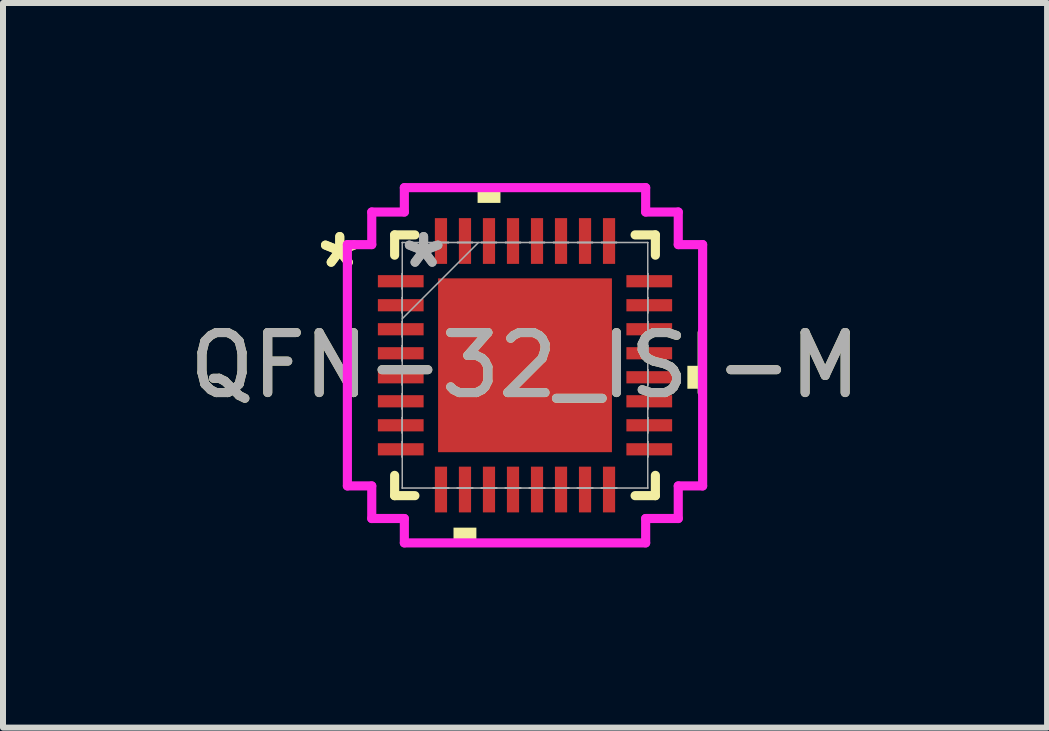
<source format=kicad_pcb>
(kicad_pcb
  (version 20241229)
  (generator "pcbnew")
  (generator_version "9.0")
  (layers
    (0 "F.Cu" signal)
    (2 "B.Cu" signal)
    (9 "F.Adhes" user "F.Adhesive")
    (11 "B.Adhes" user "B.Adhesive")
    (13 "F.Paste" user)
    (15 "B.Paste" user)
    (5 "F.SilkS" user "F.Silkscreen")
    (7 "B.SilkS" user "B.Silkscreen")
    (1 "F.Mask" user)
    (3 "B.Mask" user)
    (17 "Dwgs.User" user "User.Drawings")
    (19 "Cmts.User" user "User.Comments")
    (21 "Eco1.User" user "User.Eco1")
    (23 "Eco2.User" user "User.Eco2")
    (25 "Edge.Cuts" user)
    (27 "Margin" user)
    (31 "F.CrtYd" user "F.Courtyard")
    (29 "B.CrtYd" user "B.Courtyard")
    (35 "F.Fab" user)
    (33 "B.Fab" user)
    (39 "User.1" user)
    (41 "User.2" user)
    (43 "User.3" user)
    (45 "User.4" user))
  (footprint "QFN-32_ISI-M"
    (layer "F.Cu")
    (at 5.696 3.035)
    (property "Reference" "QFN-32_ISI-M" (at 0 0 0) (unlocked yes) (layer "F.SilkS") (effects (font (size 1 1) (thickness 0.15))))
    (attr smd)
    (fp_line (start -2.172 -2.172) (end -2.172 -1.834) (stroke (width 0.152) (type solid)) (layer "F.SilkS"))
    (fp_line (start -2.172 1.834) (end -2.172 2.172) (stroke (width 0.152) (type solid)) (layer "F.SilkS"))
    (fp_line (start -2.172 2.172) (end -1.834 2.172) (stroke (width 0.152) (type solid)) (layer "F.SilkS"))
    (fp_line (start -1.834 -2.172) (end -2.172 -2.172) (stroke (width 0.152) (type solid)) (layer "F.SilkS"))
    (fp_line (start 1.834 2.172) (end 2.172 2.172) (stroke (width 0.152) (type solid)) (layer "F.SilkS"))
    (fp_line (start 2.172 -2.172) (end 1.834 -2.172) (stroke (width 0.152) (type solid)) (layer "F.SilkS"))
    (fp_line (start 2.172 -1.834) (end 2.172 -2.172) (stroke (width 0.152) (type solid)) (layer "F.SilkS"))
    (fp_line (start 2.172 2.172) (end 2.172 1.834) (stroke (width 0.152) (type solid)) (layer "F.SilkS"))
    (fp_poly (pts (xy -1.191 2.705) (xy -1.191 2.959) (xy -0.81 2.959) (xy -0.81 2.705)) (stroke (width 0) (type solid)) (fill yes) (layer "F.SilkS"))
    (fp_poly (pts (xy -0.79 -2.705) (xy -0.79 -2.959) (xy -0.409 -2.959) (xy -0.409 -2.705)) (stroke (width 0) (type solid)) (fill yes) (layer "F.SilkS"))
    (fp_poly (pts (xy 2.959 0.009) (xy 2.959 0.391) (xy 2.705 0.391) (xy 2.705 0.009)) (stroke (width 0) (type solid)) (fill yes) (layer "F.SilkS"))
    (fp_poly (pts (xy -1.348 -1.348) (xy -1.348 -0.1) (xy -0.1 -0.1) (xy -0.1 -1.348)) (stroke (width 0) (type solid)) (fill yes) (layer "F.Paste"))
    (fp_poly (pts (xy -1.348 0.1) (xy -1.348 1.348) (xy -0.1 1.348) (xy -0.1 0.1)) (stroke (width 0) (type solid)) (fill yes) (layer "F.Paste"))
    (fp_poly (pts (xy 0.1 -1.348) (xy 0.1 -0.1) (xy 1.348 -0.1) (xy 1.348 -1.348)) (stroke (width 0) (type solid)) (fill yes) (layer "F.Paste"))
    (fp_poly (pts (xy 0.1 0.1) (xy 0.1 1.348) (xy 1.348 1.348) (xy 1.348 0.1)) (stroke (width 0) (type solid)) (fill yes) (layer "F.Paste"))
    (fp_line (start -2.959 -2.01) (end -2.553 -2.01) (stroke (width 0.152) (type solid)) (layer "F.CrtYd"))
    (fp_line (start -2.959 2.01) (end -2.959 -2.01) (stroke (width 0.152) (type solid)) (layer "F.CrtYd"))
    (fp_line (start -2.553 -2.553) (end -2.01 -2.553) (stroke (width 0.152) (type solid)) (layer "F.CrtYd"))
    (fp_line (start -2.553 -2.01) (end -2.553 -2.553) (stroke (width 0.152) (type solid)) (layer "F.CrtYd"))
    (fp_line (start -2.553 2.01) (end -2.959 2.01) (stroke (width 0.152) (type solid)) (layer "F.CrtYd"))
    (fp_line (start -2.553 2.553) (end -2.553 2.01) (stroke (width 0.152) (type solid)) (layer "F.CrtYd"))
    (fp_line (start -2.01 -2.959) (end 2.01 -2.959) (stroke (width 0.152) (type solid)) (layer "F.CrtYd"))
    (fp_line (start -2.01 -2.553) (end -2.01 -2.959) (stroke (width 0.152) (type solid)) (layer "F.CrtYd"))
    (fp_line (start -2.01 2.553) (end -2.553 2.553) (stroke (width 0.152) (type solid)) (layer "F.CrtYd"))
    (fp_line (start -2.01 2.959) (end -2.01 2.553) (stroke (width 0.152) (type solid)) (layer "F.CrtYd"))
    (fp_line (start 2.01 -2.959) (end 2.01 -2.553) (stroke (width 0.152) (type solid)) (layer "F.CrtYd"))
    (fp_line (start 2.01 -2.553) (end 2.553 -2.553) (stroke (width 0.152) (type solid)) (layer "F.CrtYd"))
    (fp_line (start 2.01 2.553) (end 2.01 2.959) (stroke (width 0.152) (type solid)) (layer "F.CrtYd"))
    (fp_line (start 2.01 2.959) (end -2.01 2.959) (stroke (width 0.152) (type solid)) (layer "F.CrtYd"))
    (fp_line (start 2.553 -2.553) (end 2.553 -2.01) (stroke (width 0.152) (type solid)) (layer "F.CrtYd"))
    (fp_line (start 2.553 -2.01) (end 2.959 -2.01) (stroke (width 0.152) (type solid)) (layer "F.CrtYd"))
    (fp_line (start 2.553 2.01) (end 2.553 2.553) (stroke (width 0.152) (type solid)) (layer "F.CrtYd"))
    (fp_line (start 2.553 2.553) (end 2.01 2.553) (stroke (width 0.152) (type solid)) (layer "F.CrtYd"))
    (fp_line (start 2.959 -2.01) (end 2.959 2.01) (stroke (width 0.152) (type solid)) (layer "F.CrtYd"))
    (fp_line (start 2.959 2.01) (end 2.553 2.01) (stroke (width 0.152) (type solid)) (layer "F.CrtYd"))
    (fp_line (start -2.045 -2.045) (end -2.045 -2.045) (stroke (width 0.025) (type solid)) (layer "F.Fab"))
    (fp_line (start -2.045 -2.045) (end -2.045 2.045) (stroke (width 0.025) (type solid)) (layer "F.Fab"))
    (fp_line (start -2.045 -1.527) (end -2.045 -1.527) (stroke (width 0.025) (type solid)) (layer "F.Fab"))
    (fp_line (start -2.045 -1.527) (end -2.045 -1.273) (stroke (width 0.025) (type solid)) (layer "F.Fab"))
    (fp_line (start -2.045 -1.273) (end -2.045 -1.527) (stroke (width 0.025) (type solid)) (layer "F.Fab"))
    (fp_line (start -2.045 -1.273) (end -2.045 -1.273) (stroke (width 0.025) (type solid)) (layer "F.Fab"))
    (fp_line (start -2.045 -1.127) (end -2.045 -1.127) (stroke (width 0.025) (type solid)) (layer "F.Fab"))
    (fp_line (start -2.045 -1.127) (end -2.045 -0.873) (stroke (width 0.025) (type solid)) (layer "F.Fab"))
    (fp_line (start -2.045 -0.873) (end -2.045 -1.127) (stroke (width 0.025) (type solid)) (layer "F.Fab"))
    (fp_line (start -2.045 -0.873) (end -2.045 -0.873) (stroke (width 0.025) (type solid)) (layer "F.Fab"))
    (fp_line (start -2.045 -0.775) (end -0.775 -2.045) (stroke (width 0.025) (type solid)) (layer "F.Fab"))
    (fp_line (start -2.045 -0.727) (end -2.045 -0.727) (stroke (width 0.025) (type solid)) (layer "F.Fab"))
    (fp_line (start -2.045 -0.727) (end -2.045 -0.473) (stroke (width 0.025) (type solid)) (layer "F.Fab"))
    (fp_line (start -2.045 -0.473) (end -2.045 -0.727) (stroke (width 0.025) (type solid)) (layer "F.Fab"))
    (fp_line (start -2.045 -0.473) (end -2.045 -0.473) (stroke (width 0.025) (type solid)) (layer "F.Fab"))
    (fp_line (start -2.045 -0.327) (end -2.045 -0.327) (stroke (width 0.025) (type solid)) (layer "F.Fab"))
    (fp_line (start -2.045 -0.327) (end -2.045 -0.073) (stroke (width 0.025) (type solid)) (layer "F.Fab"))
    (fp_line (start -2.045 -0.073) (end -2.045 -0.327) (stroke (width 0.025) (type solid)) (layer "F.Fab"))
    (fp_line (start -2.045 -0.073) (end -2.045 -0.073) (stroke (width 0.025) (type solid)) (layer "F.Fab"))
    (fp_line (start -2.045 0.073) (end -2.045 0.073) (stroke (width 0.025) (type solid)) (layer "F.Fab"))
    (fp_line (start -2.045 0.073) (end -2.045 0.327) (stroke (width 0.025) (type solid)) (layer "F.Fab"))
    (fp_line (start -2.045 0.327) (end -2.045 0.073) (stroke (width 0.025) (type solid)) (layer "F.Fab"))
    (fp_line (start -2.045 0.327) (end -2.045 0.327) (stroke (width 0.025) (type solid)) (layer "F.Fab"))
    (fp_line (start -2.045 0.473) (end -2.045 0.473) (stroke (width 0.025) (type solid)) (layer "F.Fab"))
    (fp_line (start -2.045 0.473) (end -2.045 0.727) (stroke (width 0.025) (type solid)) (layer "F.Fab"))
    (fp_line (start -2.045 0.727) (end -2.045 0.473) (stroke (width 0.025) (type solid)) (layer "F.Fab"))
    (fp_line (start -2.045 0.727) (end -2.045 0.727) (stroke (width 0.025) (type solid)) (layer "F.Fab"))
    (fp_line (start -2.045 0.873) (end -2.045 0.873) (stroke (width 0.025) (type solid)) (layer "F.Fab"))
    (fp_line (start -2.045 0.873) (end -2.045 1.127) (stroke (width 0.025) (type solid)) (layer "F.Fab"))
    (fp_line (start -2.045 1.127) (end -2.045 0.873) (stroke (width 0.025) (type solid)) (layer "F.Fab"))
    (fp_line (start -2.045 1.127) (end -2.045 1.127) (stroke (width 0.025) (type solid)) (layer "F.Fab"))
    (fp_line (start -2.045 1.273) (end -2.045 1.273) (stroke (width 0.025) (type solid)) (layer "F.Fab"))
    (fp_line (start -2.045 1.273) (end -2.045 1.527) (stroke (width 0.025) (type solid)) (layer "F.Fab"))
    (fp_line (start -2.045 1.527) (end -2.045 1.273) (stroke (width 0.025) (type solid)) (layer "F.Fab"))
    (fp_line (start -2.045 1.527) (end -2.045 1.527) (stroke (width 0.025) (type solid)) (layer "F.Fab"))
    (fp_line (start -2.045 2.045) (end -2.045 2.045) (stroke (width 0.025) (type solid)) (layer "F.Fab"))
    (fp_line (start -2.045 2.045) (end 2.045 2.045) (stroke (width 0.025) (type solid)) (layer "F.Fab"))
    (fp_line (start -1.527 -2.045) (end -1.527 -2.045) (stroke (width 0.025) (type solid)) (layer "F.Fab"))
    (fp_line (start -1.527 -2.045) (end -1.273 -2.045) (stroke (width 0.025) (type solid)) (layer "F.Fab"))
    (fp_line (start -1.527 2.045) (end -1.527 2.045) (stroke (width 0.025) (type solid)) (layer "F.Fab"))
    (fp_line (start -1.527 2.045) (end -1.273 2.045) (stroke (width 0.025) (type solid)) (layer "F.Fab"))
    (fp_line (start -1.273 -2.045) (end -1.527 -2.045) (stroke (width 0.025) (type solid)) (layer "F.Fab"))
    (fp_line (start -1.273 -2.045) (end -1.273 -2.045) (stroke (width 0.025) (type solid)) (layer "F.Fab"))
    (fp_line (start -1.273 2.045) (end -1.527 2.045) (stroke (width 0.025) (type solid)) (layer "F.Fab"))
    (fp_line (start -1.273 2.045) (end -1.273 2.045) (stroke (width 0.025) (type solid)) (layer "F.Fab"))
    (fp_line (start -1.127 -2.045) (end -1.127 -2.045) (stroke (width 0.025) (type solid)) (layer "F.Fab"))
    (fp_line (start -1.127 -2.045) (end -0.873 -2.045) (stroke (width 0.025) (type solid)) (layer "F.Fab"))
    (fp_line (start -1.127 2.045) (end -1.127 2.045) (stroke (width 0.025) (type solid)) (layer "F.Fab"))
    (fp_line (start -1.127 2.045) (end -0.873 2.045) (stroke (width 0.025) (type solid)) (layer "F.Fab"))
    (fp_line (start -0.873 -2.045) (end -1.127 -2.045) (stroke (width 0.025) (type solid)) (layer "F.Fab"))
    (fp_line (start -0.873 -2.045) (end -0.873 -2.045) (stroke (width 0.025) (type solid)) (layer "F.Fab"))
    (fp_line (start -0.873 2.045) (end -1.127 2.045) (stroke (width 0.025) (type solid)) (layer "F.Fab"))
    (fp_line (start -0.873 2.045) (end -0.873 2.045) (stroke (width 0.025) (type solid)) (layer "F.Fab"))
    (fp_line (start -0.727 -2.045) (end -0.727 -2.045) (stroke (width 0.025) (type solid)) (layer "F.Fab"))
    (fp_line (start -0.727 -2.045) (end -0.473 -2.045) (stroke (width 0.025) (type solid)) (layer "F.Fab"))
    (fp_line (start -0.727 2.045) (end -0.727 2.045) (stroke (width 0.025) (type solid)) (layer "F.Fab"))
    (fp_line (start -0.727 2.045) (end -0.473 2.045) (stroke (width 0.025) (type solid)) (layer "F.Fab"))
    (fp_line (start -0.473 -2.045) (end -0.727 -2.045) (stroke (width 0.025) (type solid)) (layer "F.Fab"))
    (fp_line (start -0.473 -2.045) (end -0.473 -2.045) (stroke (width 0.025) (type solid)) (layer "F.Fab"))
    (fp_line (start -0.473 2.045) (end -0.727 2.045) (stroke (width 0.025) (type solid)) (layer "F.Fab"))
    (fp_line (start -0.473 2.045) (end -0.473 2.045) (stroke (width 0.025) (type solid)) (layer "F.Fab"))
    (fp_line (start -0.327 -2.045) (end -0.327 -2.045) (stroke (width 0.025) (type solid)) (layer "F.Fab"))
    (fp_line (start -0.327 -2.045) (end -0.073 -2.045) (stroke (width 0.025) (type solid)) (layer "F.Fab"))
    (fp_line (start -0.327 2.045) (end -0.327 2.045) (stroke (width 0.025) (type solid)) (layer "F.Fab"))
    (fp_line (start -0.327 2.045) (end -0.073 2.045) (stroke (width 0.025) (type solid)) (layer "F.Fab"))
    (fp_line (start -0.073 -2.045) (end -0.327 -2.045) (stroke (width 0.025) (type solid)) (layer "F.Fab"))
    (fp_line (start -0.073 -2.045) (end -0.073 -2.045) (stroke (width 0.025) (type solid)) (layer "F.Fab"))
    (fp_line (start -0.073 2.045) (end -0.327 2.045) (stroke (width 0.025) (type solid)) (layer "F.Fab"))
    (fp_line (start -0.073 2.045) (end -0.073 2.045) (stroke (width 0.025) (type solid)) (layer "F.Fab"))
    (fp_line (start 0.073 -2.045) (end 0.073 -2.045) (stroke (width 0.025) (type solid)) (layer "F.Fab"))
    (fp_line (start 0.073 -2.045) (end 0.327 -2.045) (stroke (width 0.025) (type solid)) (layer "F.Fab"))
    (fp_line (start 0.073 2.045) (end 0.073 2.045) (stroke (width 0.025) (type solid)) (layer "F.Fab"))
    (fp_line (start 0.073 2.045) (end 0.327 2.045) (stroke (width 0.025) (type solid)) (layer "F.Fab"))
    (fp_line (start 0.327 -2.045) (end 0.073 -2.045) (stroke (width 0.025) (type solid)) (layer "F.Fab"))
    (fp_line (start 0.327 -2.045) (end 0.327 -2.045) (stroke (width 0.025) (type solid)) (layer "F.Fab"))
    (fp_line (start 0.327 2.045) (end 0.073 2.045) (stroke (width 0.025) (type solid)) (layer "F.Fab"))
    (fp_line (start 0.327 2.045) (end 0.327 2.045) (stroke (width 0.025) (type solid)) (layer "F.Fab"))
    (fp_line (start 0.473 -2.045) (end 0.473 -2.045) (stroke (width 0.025) (type solid)) (layer "F.Fab"))
    (fp_line (start 0.473 -2.045) (end 0.727 -2.045) (stroke (width 0.025) (type solid)) (layer "F.Fab"))
    (fp_line (start 0.473 2.045) (end 0.473 2.045) (stroke (width 0.025) (type solid)) (layer "F.Fab"))
    (fp_line (start 0.473 2.045) (end 0.727 2.045) (stroke (width 0.025) (type solid)) (layer "F.Fab"))
    (fp_line (start 0.727 -2.045) (end 0.473 -2.045) (stroke (width 0.025) (type solid)) (layer "F.Fab"))
    (fp_line (start 0.727 -2.045) (end 0.727 -2.045) (stroke (width 0.025) (type solid)) (layer "F.Fab"))
    (fp_line (start 0.727 2.045) (end 0.473 2.045) (stroke (width 0.025) (type solid)) (layer "F.Fab"))
    (fp_line (start 0.727 2.045) (end 0.727 2.045) (stroke (width 0.025) (type solid)) (layer "F.Fab"))
    (fp_line (start 0.873 -2.045) (end 0.873 -2.045) (stroke (width 0.025) (type solid)) (layer "F.Fab"))
    (fp_line (start 0.873 -2.045) (end 1.127 -2.045) (stroke (width 0.025) (type solid)) (layer "F.Fab"))
    (fp_line (start 0.873 2.045) (end 0.873 2.045) (stroke (width 0.025) (type solid)) (layer "F.Fab"))
    (fp_line (start 0.873 2.045) (end 1.127 2.045) (stroke (width 0.025) (type solid)) (layer "F.Fab"))
    (fp_line (start 1.127 -2.045) (end 0.873 -2.045) (stroke (width 0.025) (type solid)) (layer "F.Fab"))
    (fp_line (start 1.127 -2.045) (end 1.127 -2.045) (stroke (width 0.025) (type solid)) (layer "F.Fab"))
    (fp_line (start 1.127 2.045) (end 0.873 2.045) (stroke (width 0.025) (type solid)) (layer "F.Fab"))
    (fp_line (start 1.127 2.045) (end 1.127 2.045) (stroke (width 0.025) (type solid)) (layer "F.Fab"))
    (fp_line (start 1.273 -2.045) (end 1.273 -2.045) (stroke (width 0.025) (type solid)) (layer "F.Fab"))
    (fp_line (start 1.273 -2.045) (end 1.527 -2.045) (stroke (width 0.025) (type solid)) (layer "F.Fab"))
    (fp_line (start 1.273 2.045) (end 1.273 2.045) (stroke (width 0.025) (type solid)) (layer "F.Fab"))
    (fp_line (start 1.273 2.045) (end 1.527 2.045) (stroke (width 0.025) (type solid)) (layer "F.Fab"))
    (fp_line (start 1.527 -2.045) (end 1.273 -2.045) (stroke (width 0.025) (type solid)) (layer "F.Fab"))
    (fp_line (start 1.527 -2.045) (end 1.527 -2.045) (stroke (width 0.025) (type solid)) (layer "F.Fab"))
    (fp_line (start 1.527 2.045) (end 1.273 2.045) (stroke (width 0.025) (type solid)) (layer "F.Fab"))
    (fp_line (start 1.527 2.045) (end 1.527 2.045) (stroke (width 0.025) (type solid)) (layer "F.Fab"))
    (fp_line (start 2.045 -2.045) (end -2.045 -2.045) (stroke (width 0.025) (type solid)) (layer "F.Fab"))
    (fp_line (start 2.045 -2.045) (end 2.045 -2.045) (stroke (width 0.025) (type solid)) (layer "F.Fab"))
    (fp_line (start 2.045 -1.527) (end 2.045 -1.527) (stroke (width 0.025) (type solid)) (layer "F.Fab"))
    (fp_line (start 2.045 -1.527) (end 2.045 -1.273) (stroke (width 0.025) (type solid)) (layer "F.Fab"))
    (fp_line (start 2.045 -1.273) (end 2.045 -1.527) (stroke (width 0.025) (type solid)) (layer "F.Fab"))
    (fp_line (start 2.045 -1.273) (end 2.045 -1.273) (stroke (width 0.025) (type solid)) (layer "F.Fab"))
    (fp_line (start 2.045 -1.127) (end 2.045 -1.127) (stroke (width 0.025) (type solid)) (layer "F.Fab"))
    (fp_line (start 2.045 -1.127) (end 2.045 -0.873) (stroke (width 0.025) (type solid)) (layer "F.Fab"))
    (fp_line (start 2.045 -0.873) (end 2.045 -1.127) (stroke (width 0.025) (type solid)) (layer "F.Fab"))
    (fp_line (start 2.045 -0.873) (end 2.045 -0.873) (stroke (width 0.025) (type solid)) (layer "F.Fab"))
    (fp_line (start 2.045 -0.727) (end 2.045 -0.727) (stroke (width 0.025) (type solid)) (layer "F.Fab"))
    (fp_line (start 2.045 -0.727) (end 2.045 -0.473) (stroke (width 0.025) (type solid)) (layer "F.Fab"))
    (fp_line (start 2.045 -0.473) (end 2.045 -0.727) (stroke (width 0.025) (type solid)) (layer "F.Fab"))
    (fp_line (start 2.045 -0.473) (end 2.045 -0.473) (stroke (width 0.025) (type solid)) (layer "F.Fab"))
    (fp_line (start 2.045 -0.327) (end 2.045 -0.327) (stroke (width 0.025) (type solid)) (layer "F.Fab"))
    (fp_line (start 2.045 -0.327) (end 2.045 -0.073) (stroke (width 0.025) (type solid)) (layer "F.Fab"))
    (fp_line (start 2.045 -0.073) (end 2.045 -0.327) (stroke (width 0.025) (type solid)) (layer "F.Fab"))
    (fp_line (start 2.045 -0.073) (end 2.045 -0.073) (stroke (width 0.025) (type solid)) (layer "F.Fab"))
    (fp_line (start 2.045 0.073) (end 2.045 0.073) (stroke (width 0.025) (type solid)) (layer "F.Fab"))
    (fp_line (start 2.045 0.073) (end 2.045 0.327) (stroke (width 0.025) (type solid)) (layer "F.Fab"))
    (fp_line (start 2.045 0.327) (end 2.045 0.073) (stroke (width 0.025) (type solid)) (layer "F.Fab"))
    (fp_line (start 2.045 0.327) (end 2.045 0.327) (stroke (width 0.025) (type solid)) (layer "F.Fab"))
    (fp_line (start 2.045 0.473) (end 2.045 0.473) (stroke (width 0.025) (type solid)) (layer "F.Fab"))
    (fp_line (start 2.045 0.473) (end 2.045 0.727) (stroke (width 0.025) (type solid)) (layer "F.Fab"))
    (fp_line (start 2.045 0.727) (end 2.045 0.473) (stroke (width 0.025) (type solid)) (layer "F.Fab"))
    (fp_line (start 2.045 0.727) (end 2.045 0.727) (stroke (width 0.025) (type solid)) (layer "F.Fab"))
    (fp_line (start 2.045 0.873) (end 2.045 0.873) (stroke (width 0.025) (type solid)) (layer "F.Fab"))
    (fp_line (start 2.045 0.873) (end 2.045 1.127) (stroke (width 0.025) (type solid)) (layer "F.Fab"))
    (fp_line (start 2.045 1.127) (end 2.045 0.873) (stroke (width 0.025) (type solid)) (layer "F.Fab"))
    (fp_line (start 2.045 1.127) (end 2.045 1.127) (stroke (width 0.025) (type solid)) (layer "F.Fab"))
    (fp_line (start 2.045 1.273) (end 2.045 1.273) (stroke (width 0.025) (type solid)) (layer "F.Fab"))
    (fp_line (start 2.045 1.273) (end 2.045 1.527) (stroke (width 0.025) (type solid)) (layer "F.Fab"))
    (fp_line (start 2.045 1.527) (end 2.045 1.273) (stroke (width 0.025) (type solid)) (layer "F.Fab"))
    (fp_line (start 2.045 1.527) (end 2.045 1.527) (stroke (width 0.025) (type solid)) (layer "F.Fab"))
    (fp_line (start 2.045 2.045) (end 2.045 -2.045) (stroke (width 0.025) (type solid)) (layer "F.Fab"))
    (fp_line (start 2.045 2.045) (end 2.045 2.045) (stroke (width 0.025) (type solid)) (layer "F.Fab"))
    (fp_text user "*" (at -3.086 -1.6 0) (unlocked yes) (layer "F.SilkS") (effects (font (size 1 1) (thickness 0.15))))
    (fp_text user "*" (at -3.086 -1.6 0) (layer "F.SilkS") (effects (font (size 1 1) (thickness 0.15))))
    (fp_text user "*" (at -1.689 -1.6 0) (unlocked yes) (layer "F.Fab") (effects (font (size 1 1) (thickness 0.15))))
    (fp_text user "*" (at -1.689 -1.6 0) (layer "F.Fab") (effects (font (size 1 1) (thickness 0.15))))
    (fp_text user "${REFERENCE}" (at 0 0 0) (unlocked yes) (layer "F.Fab") (effects (font (size 1 1) (thickness 0.15))))
    (pad "1" smd rect (at -2.07 -1.4 90) (size 0.203 0.762) (layers "F.Cu" "F.Mask" "F.Paste"))
    (pad "2" smd rect (at -2.07 -1 90) (size 0.203 0.762) (layers "F.Cu" "F.Mask" "F.Paste"))
    (pad "3" smd rect (at -2.07 -0.6 90) (size 0.203 0.762) (layers "F.Cu" "F.Mask" "F.Paste"))
    (pad "4" smd rect (at -2.07 -0.2 90) (size 0.203 0.762) (layers "F.Cu" "F.Mask" "F.Paste"))
    (pad "5" smd rect (at -2.07 0.2 90) (size 0.203 0.762) (layers "F.Cu" "F.Mask" "F.Paste"))
    (pad "6" smd rect (at -2.07 0.6 90) (size 0.203 0.762) (layers "F.Cu" "F.Mask" "F.Paste"))
    (pad "7" smd rect (at -2.07 1 90) (size 0.203 0.762) (layers "F.Cu" "F.Mask" "F.Paste"))
    (pad "8" smd rect (at -2.07 1.4 90) (size 0.203 0.762) (layers "F.Cu" "F.Mask" "F.Paste"))
    (pad "9" smd rect (at -1.4 2.07) (size 0.203 0.762) (layers "F.Cu" "F.Mask" "F.Paste"))
    (pad "10" smd rect (at -1 2.07) (size 0.203 0.762) (layers "F.Cu" "F.Mask" "F.Paste"))
    (pad "11" smd rect (at -0.6 2.07) (size 0.203 0.762) (layers "F.Cu" "F.Mask" "F.Paste"))
    (pad "12" smd rect (at -0.2 2.07) (size 0.203 0.762) (layers "F.Cu" "F.Mask" "F.Paste"))
    (pad "13" smd rect (at 0.2 2.07) (size 0.203 0.762) (layers "F.Cu" "F.Mask" "F.Paste"))
    (pad "14" smd rect (at 0.6 2.07) (size 0.203 0.762) (layers "F.Cu" "F.Mask" "F.Paste"))
    (pad "15" smd rect (at 1 2.07) (size 0.203 0.762) (layers "F.Cu" "F.Mask" "F.Paste"))
    (pad "16" smd rect (at 1.4 2.07) (size 0.203 0.762) (layers "F.Cu" "F.Mask" "F.Paste"))
    (pad "17" smd rect (at 2.07 1.4 90) (size 0.203 0.762) (layers "F.Cu" "F.Mask" "F.Paste"))
    (pad "18" smd rect (at 2.07 1 90) (size 0.203 0.762) (layers "F.Cu" "F.Mask" "F.Paste"))
    (pad "19" smd rect (at 2.07 0.6 90) (size 0.203 0.762) (layers "F.Cu" "F.Mask" "F.Paste"))
    (pad "20" smd rect (at 2.07 0.2 90) (size 0.203 0.762) (layers "F.Cu" "F.Mask" "F.Paste"))
    (pad "21" smd rect (at 2.07 -0.2 90) (size 0.203 0.762) (layers "F.Cu" "F.Mask" "F.Paste"))
    (pad "22" smd rect (at 2.07 -0.6 90) (size 0.203 0.762) (layers "F.Cu" "F.Mask" "F.Paste"))
    (pad "23" smd rect (at 2.07 -1 90) (size 0.203 0.762) (layers "F.Cu" "F.Mask" "F.Paste"))
    (pad "24" smd rect (at 2.07 -1.4 90) (size 0.203 0.762) (layers "F.Cu" "F.Mask" "F.Paste"))
    (pad "25" smd rect (at 1.4 -2.07) (size 0.203 0.762) (layers "F.Cu" "F.Mask" "F.Paste"))
    (pad "26" smd rect (at 1 -2.07) (size 0.203 0.762) (layers "F.Cu" "F.Mask" "F.Paste"))
    (pad "27" smd rect (at 0.6 -2.07) (size 0.203 0.762) (layers "F.Cu" "F.Mask" "F.Paste"))
    (pad "28" smd rect (at 0.2 -2.07) (size 0.203 0.762) (layers "F.Cu" "F.Mask" "F.Paste"))
    (pad "29" smd rect (at -0.2 -2.07) (size 0.203 0.762) (layers "F.Cu" "F.Mask" "F.Paste"))
    (pad "30" smd rect (at -0.6 -2.07) (size 0.203 0.762) (layers "F.Cu" "F.Mask" "F.Paste"))
    (pad "31" smd rect (at -1 -2.07) (size 0.203 0.762) (layers "F.Cu" "F.Mask" "F.Paste"))
    (pad "32" smd rect (at -1.4 -2.07) (size 0.203 0.762) (layers "F.Cu" "F.Mask" "F.Paste"))
    (pad "33" smd rect (at 0 0) (size 2.896 2.896) (layers "F.Cu" "F.Mask" "F.Paste")))
  (gr_rect
    (start -3 -3)
    (end 14.393 9.071)
    (stroke (width 0.1) (type default))
    (fill no)
    (layer "Edge.Cuts")))
</source>
